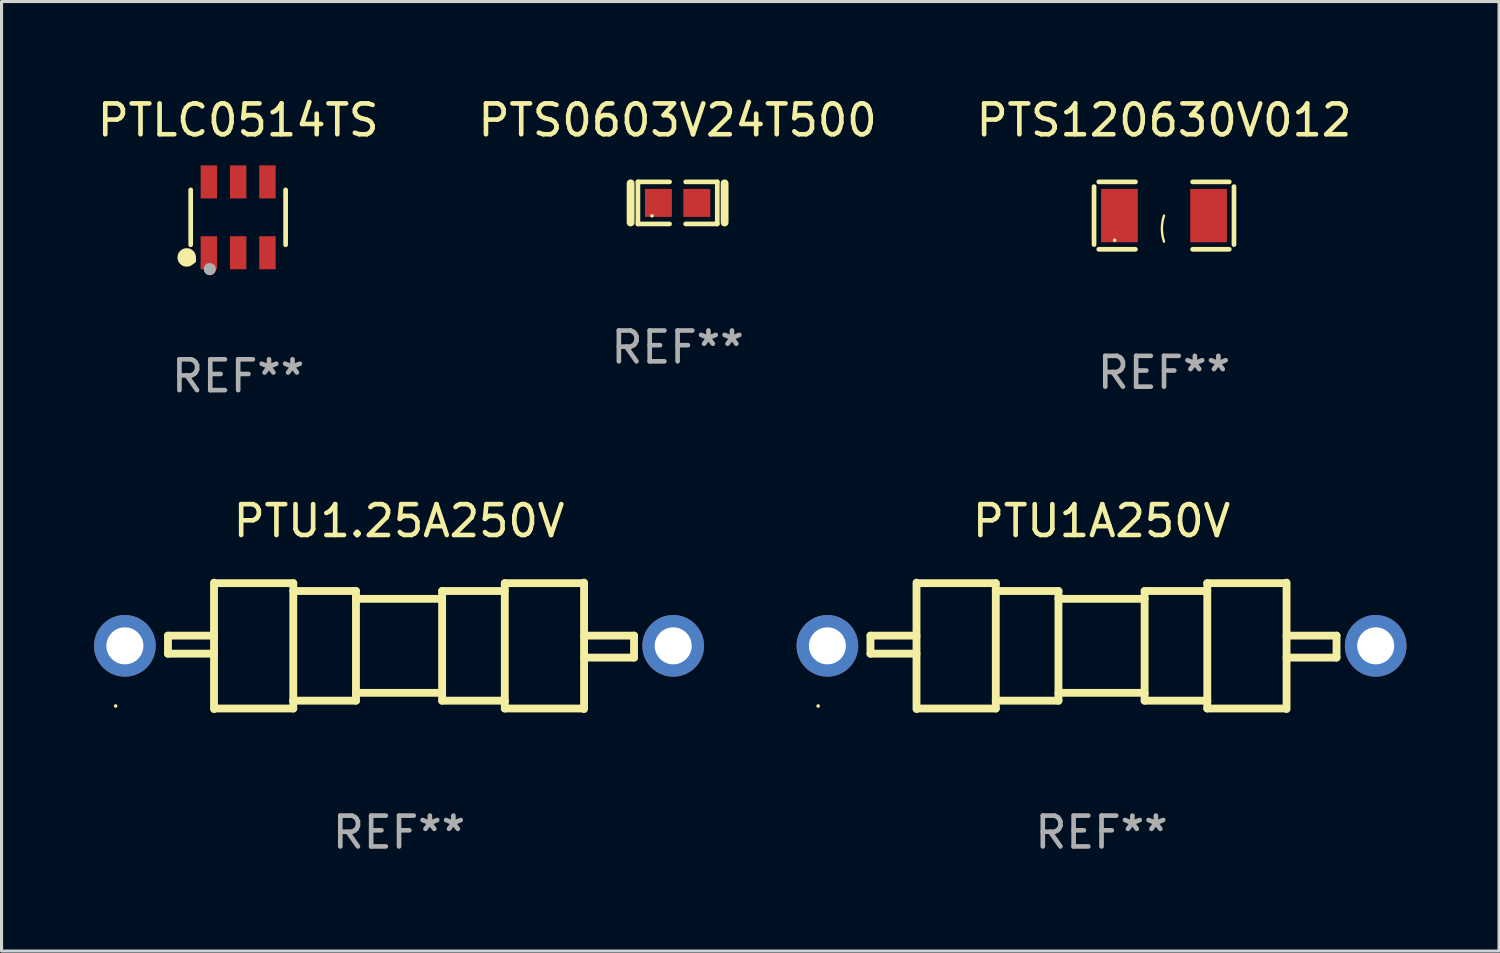
<source format=kicad_pcb>
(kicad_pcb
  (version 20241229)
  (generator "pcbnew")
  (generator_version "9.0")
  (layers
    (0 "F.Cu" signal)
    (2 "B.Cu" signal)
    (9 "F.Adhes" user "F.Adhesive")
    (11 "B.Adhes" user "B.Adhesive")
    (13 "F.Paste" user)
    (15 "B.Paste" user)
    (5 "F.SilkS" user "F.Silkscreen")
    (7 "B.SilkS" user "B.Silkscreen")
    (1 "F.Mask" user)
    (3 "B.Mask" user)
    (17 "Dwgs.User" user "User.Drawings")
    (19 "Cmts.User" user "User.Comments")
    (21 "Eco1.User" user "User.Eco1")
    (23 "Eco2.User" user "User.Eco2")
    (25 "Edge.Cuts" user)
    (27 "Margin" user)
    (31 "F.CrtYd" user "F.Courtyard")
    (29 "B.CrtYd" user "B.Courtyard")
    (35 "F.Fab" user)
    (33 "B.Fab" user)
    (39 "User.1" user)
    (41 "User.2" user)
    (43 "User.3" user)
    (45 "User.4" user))
  (footprint "PTS0603V24T500"
    (layer "F.Cu")
    (at 18.923 3.53)
    (property "Reference" "PTS0603V24T500" (at 0 -2.682 0) (layer "F.SilkS") (effects (font (size 1 1) (thickness 0.15))))
    (attr through_hole)
    (fp_line (start -1.524 -0.635) (end -1.524 0.635) (stroke (width 0.254) (type solid)) (layer "F.SilkS"))
    (fp_line (start -1.287 -0.682) (end -0.261 -0.682) (stroke (width 0.152) (type solid)) (layer "F.SilkS"))
    (fp_line (start -1.287 0.682) (end -1.287 -0.682) (stroke (width 0.152) (type solid)) (layer "F.SilkS"))
    (fp_line (start -0.261 0.682) (end -1.287 0.682) (stroke (width 0.152) (type solid)) (layer "F.SilkS"))
    (fp_line (start 0.261 0.682) (end 1.287 0.682) (stroke (width 0.152) (type solid)) (layer "F.SilkS"))
    (fp_line (start 1.287 -0.682) (end 0.261 -0.682) (stroke (width 0.152) (type solid)) (layer "F.SilkS"))
    (fp_line (start 1.287 0.682) (end 1.287 -0.682) (stroke (width 0.152) (type solid)) (layer "F.SilkS"))
    (fp_line (start 1.524 -0.635) (end 1.524 0.635) (stroke (width 0.254) (type solid)) (layer "F.SilkS"))
    (fp_circle (center -0.83 0.42) (end -0.8 0.42) (stroke (width 0.06) (type solid)) (fill no) (layer "F.SilkS"))
    (fp_text user "REF**" (at 0 4.682 0) (layer "F.Fab") (effects (font (size 1 1) (thickness 0.15))))
    (pad "1" smd rect (at -0.622 0) (size 0.873 0.907) (layers "F.Cu" "F.Mask" "F.Paste"))
    (pad "2" smd rect (at 0.622 0) (size 0.873 0.907) (layers "F.Cu" "F.Mask" "F.Paste")))
  (footprint "PTLC0514TS"
    (layer "F.Cu")
    (at 4.673 3.997)
    (property "Reference" "PTLC0514TS" (at 0 -3.149 0) (layer "F.SilkS") (effects (font (size 1 1) (thickness 0.15))))
    (attr through_hole)
    (fp_line (start -1.539 0.889) (end -1.539 -0.889) (stroke (width 0.152) (type solid)) (layer "F.SilkS"))
    (fp_line (start 1.539 0.889) (end 1.539 -0.889) (stroke (width 0.152) (type solid)) (layer "F.SilkS"))
    (fp_circle (center -1.668 1.301) (end -1.518 1.301) (stroke (width 0.3) (type solid)) (fill no) (layer "F.SilkS"))
    (fp_circle (center -1.463 1.4) (end -1.413 1.4) (stroke (width 0.1) (type solid)) (fill no) (layer "F.SilkS"))
    (fp_circle (center -0.92 1.68) (end -0.82 1.68) (stroke (width 0.2) (type solid)) (fill no) (layer "F.Fab"))
    (fp_text user "REF**" (at 0 5.149 0) (layer "F.Fab") (effects (font (size 1 1) (thickness 0.15))))
    (pad "1" smd rect (at -0.95 1.149) (size 0.532 1.072) (layers "F.Cu" "F.Mask" "F.Paste"))
    (pad "2" smd rect (at 0 1.149) (size 0.532 1.072) (layers "F.Cu" "F.Mask" "F.Paste"))
    (pad "3" smd rect (at 0.95 1.149) (size 0.532 1.072) (layers "F.Cu" "F.Mask" "F.Paste"))
    (pad "4" smd rect (at 0.95 -1.149) (size 0.532 1.072) (layers "F.Cu" "F.Mask" "F.Paste"))
    (pad "5" smd rect (at 0 -1.149) (size 0.532 1.072) (layers "F.Cu" "F.Mask" "F.Paste"))
    (pad "6" smd rect (at -0.95 -1.149) (size 0.532 1.072) (layers "F.Cu" "F.Mask" "F.Paste")))
  (footprint "PTU1.25A250V"
    (layer "F.Cu")
    (at 9.89 17.893)
    (property "Reference" "PTU1.25A250V" (at 0 -4.05 0) (layer "F.SilkS") (effects (font (size 1 1) (thickness 0.15))))
    (attr through_hole)
    (fp_line (start -7.493 -0.331) (end -7.493 0.254) (stroke (width 0.254) (type solid)) (layer "F.SilkS"))
    (fp_line (start -7.493 0.254) (end -6 0.254) (stroke (width 0.254) (type solid)) (layer "F.SilkS"))
    (fp_line (start -6 -0.331) (end -7.493 -0.331) (stroke (width 0.254) (type solid)) (layer "F.SilkS"))
    (fp_line (start -6 2.05) (end -6 -2.05) (stroke (width 0.254) (type solid)) (layer "F.SilkS"))
    (fp_line (start -5.969 -2.032) (end -3.429 -2.032) (stroke (width 0.254) (type solid)) (layer "F.SilkS"))
    (fp_line (start -3.429 -2.032) (end -3.429 2.032) (stroke (width 0.254) (type solid)) (layer "F.SilkS"))
    (fp_line (start -3.429 -1.778) (end -1.397 -1.778) (stroke (width 0.254) (type solid)) (layer "F.SilkS"))
    (fp_line (start -3.429 1.778) (end -3.429 1.778) (stroke (width 0.254) (type solid)) (layer "F.SilkS"))
    (fp_line (start -3.429 2.032) (end -5.969 2.032) (stroke (width 0.254) (type solid)) (layer "F.SilkS"))
    (fp_line (start -1.397 -1.778) (end -1.397 1.778) (stroke (width 0.254) (type solid)) (layer "F.SilkS"))
    (fp_line (start -1.397 -1.524) (end 1.397 -1.524) (stroke (width 0.254) (type solid)) (layer "F.SilkS"))
    (fp_line (start -1.397 1.524) (end 1.397 1.524) (stroke (width 0.254) (type solid)) (layer "F.SilkS"))
    (fp_line (start -1.397 1.778) (end -3.429 1.778) (stroke (width 0.254) (type solid)) (layer "F.SilkS"))
    (fp_line (start 1.397 -1.778) (end 1.397 1.778) (stroke (width 0.254) (type solid)) (layer "F.SilkS"))
    (fp_line (start 1.397 1.778) (end 3.429 1.778) (stroke (width 0.254) (type solid)) (layer "F.SilkS"))
    (fp_line (start 3.429 -2.032) (end 3.429 2.032) (stroke (width 0.254) (type solid)) (layer "F.SilkS"))
    (fp_line (start 3.429 -1.778) (end 1.397 -1.778) (stroke (width 0.254) (type solid)) (layer "F.SilkS"))
    (fp_line (start 3.429 1.778) (end 3.429 1.778) (stroke (width 0.254) (type solid)) (layer "F.SilkS"))
    (fp_line (start 3.429 2.032) (end 5.969 2.032) (stroke (width 0.254) (type solid)) (layer "F.SilkS"))
    (fp_line (start 5.969 -2.032) (end 3.429 -2.032) (stroke (width 0.254) (type solid)) (layer "F.SilkS"))
    (fp_line (start 6 -2.05) (end 6 2.05) (stroke (width 0.254) (type solid)) (layer "F.SilkS"))
    (fp_line (start 6 -0.331) (end 7.62 -0.331) (stroke (width 0.254) (type solid)) (layer "F.SilkS"))
    (fp_line (start 7.62 -0.331) (end 7.62 0.381) (stroke (width 0.254) (type solid)) (layer "F.SilkS"))
    (fp_line (start 7.62 0.381) (end 6 0.381) (stroke (width 0.254) (type solid)) (layer "F.SilkS"))
    (fp_circle (center -9.19 1.95) (end -9.16 1.95) (stroke (width 0.06) (type solid)) (fill no) (layer "F.SilkS"))
    (fp_text user "REF**" (at 0 6.05 0) (layer "F.Fab") (effects (font (size 1 1) (thickness 0.15))))
    (pad "1" thru_hole circle (at -8.89 0) (size 2 2) (drill 1.2) (layers "*.Cu" "*.Mask"))
    (pad "2" thru_hole circle (at 8.89 0) (size 2 2) (drill 1.2) (layers "*.Cu" "*.Mask")))
  (footprint "PTS120630V012"
    (layer "F.Cu")
    (at 34.696 3.941)
    (property "Reference" "PTS120630V012" (at 0 -3.093 0) (layer "F.SilkS") (effects (font (size 1 1) (thickness 0.15))))
    (attr through_hole)
    (fp_line (start -2.269 -0.94) (end -2.269 0.94) (stroke (width 0.152) (type solid)) (layer "F.SilkS"))
    (fp_line (start -2.116 1.093) (end -0.926 1.093) (stroke (width 0.152) (type solid)) (layer "F.SilkS"))
    (fp_line (start -0.926 -1.093) (end -2.116 -1.093) (stroke (width 0.152) (type solid)) (layer "F.SilkS"))
    (fp_line (start 0.926 -1.093) (end 2.116 -1.093) (stroke (width 0.152) (type solid)) (layer "F.SilkS"))
    (fp_line (start 2.116 1.093) (end 0.926 1.093) (stroke (width 0.152) (type solid)) (layer "F.SilkS"))
    (fp_line (start 2.269 -0.94) (end 2.269 0.94) (stroke (width 0.152) (type solid)) (layer "F.SilkS"))
    (fp_arc (start 0 0.844951) (mid -0.068559 0.422475) (end 0 0) (stroke (width 0.0762) (type solid)) (layer "F.SilkS"))
    (fp_circle (center -1.6 0.8) (end -1.57 0.8) (stroke (width 0.06) (type solid)) (fill no) (layer "F.SilkS"))
    (fp_text user "REF**" (at 0 5.093 0) (layer "F.Fab") (effects (font (size 1 1) (thickness 0.15))))
    (pad "1" smd rect (at -1.445 0) (size 1.19 1.728) (layers "F.Cu" "F.Mask" "F.Paste"))
    (pad "2" smd rect (at 1.445 0) (size 1.19 1.728) (layers "F.Cu" "F.Mask" "F.Paste")))
  (footprint "PTU1A250V"
    (layer "F.Cu")
    (at 32.67 17.893)
    (property "Reference" "PTU1A250V" (at 0 -4.05 0) (layer "F.SilkS") (effects (font (size 1 1) (thickness 0.15))))
    (attr through_hole)
    (fp_line (start -7.493 -0.331) (end -7.493 0.254) (stroke (width 0.254) (type solid)) (layer "F.SilkS"))
    (fp_line (start -7.493 0.254) (end -6 0.254) (stroke (width 0.254) (type solid)) (layer "F.SilkS"))
    (fp_line (start -6 -0.331) (end -7.493 -0.331) (stroke (width 0.254) (type solid)) (layer "F.SilkS"))
    (fp_line (start -6 2.05) (end -6 -2.05) (stroke (width 0.254) (type solid)) (layer "F.SilkS"))
    (fp_line (start -5.969 -2.032) (end -3.429 -2.032) (stroke (width 0.254) (type solid)) (layer "F.SilkS"))
    (fp_line (start -3.429 -2.032) (end -3.429 2.032) (stroke (width 0.254) (type solid)) (layer "F.SilkS"))
    (fp_line (start -3.429 -1.778) (end -1.397 -1.778) (stroke (width 0.254) (type solid)) (layer "F.SilkS"))
    (fp_line (start -3.429 1.778) (end -3.429 1.778) (stroke (width 0.254) (type solid)) (layer "F.SilkS"))
    (fp_line (start -3.429 2.032) (end -5.969 2.032) (stroke (width 0.254) (type solid)) (layer "F.SilkS"))
    (fp_line (start -1.397 -1.778) (end -1.397 1.778) (stroke (width 0.254) (type solid)) (layer "F.SilkS"))
    (fp_line (start -1.397 -1.524) (end 1.397 -1.524) (stroke (width 0.254) (type solid)) (layer "F.SilkS"))
    (fp_line (start -1.397 1.524) (end 1.397 1.524) (stroke (width 0.254) (type solid)) (layer "F.SilkS"))
    (fp_line (start -1.397 1.778) (end -3.429 1.778) (stroke (width 0.254) (type solid)) (layer "F.SilkS"))
    (fp_line (start 1.397 -1.778) (end 1.397 1.778) (stroke (width 0.254) (type solid)) (layer "F.SilkS"))
    (fp_line (start 1.397 1.778) (end 3.429 1.778) (stroke (width 0.254) (type solid)) (layer "F.SilkS"))
    (fp_line (start 3.429 -2.032) (end 3.429 2.032) (stroke (width 0.254) (type solid)) (layer "F.SilkS"))
    (fp_line (start 3.429 -1.778) (end 1.397 -1.778) (stroke (width 0.254) (type solid)) (layer "F.SilkS"))
    (fp_line (start 3.429 1.778) (end 3.429 1.778) (stroke (width 0.254) (type solid)) (layer "F.SilkS"))
    (fp_line (start 3.429 2.032) (end 5.969 2.032) (stroke (width 0.254) (type solid)) (layer "F.SilkS"))
    (fp_line (start 5.969 -2.032) (end 3.429 -2.032) (stroke (width 0.254) (type solid)) (layer "F.SilkS"))
    (fp_line (start 6 -2.05) (end 6 2.05) (stroke (width 0.254) (type solid)) (layer "F.SilkS"))
    (fp_line (start 6 -0.331) (end 7.62 -0.331) (stroke (width 0.254) (type solid)) (layer "F.SilkS"))
    (fp_line (start 7.62 -0.331) (end 7.62 0.381) (stroke (width 0.254) (type solid)) (layer "F.SilkS"))
    (fp_line (start 7.62 0.381) (end 6 0.381) (stroke (width 0.254) (type solid)) (layer "F.SilkS"))
    (fp_circle (center -9.19 1.95) (end -9.16 1.95) (stroke (width 0.06) (type solid)) (fill no) (layer "F.SilkS"))
    (fp_text user "REF**" (at 0 6.05 0) (layer "F.Fab") (effects (font (size 1 1) (thickness 0.15))))
    (pad "1" thru_hole circle (at -8.89 0) (size 2 2) (drill 1.2) (layers "*.Cu" "*.Mask"))
    (pad "2" thru_hole circle (at 8.89 0) (size 2 2) (drill 1.2) (layers "*.Cu" "*.Mask")))
  (gr_rect
    (start -3 -3)
    (end 45.56 27.791)
    (stroke (width 0.1) (type default))
    (fill no)
    (layer "Edge.Cuts")))
</source>
